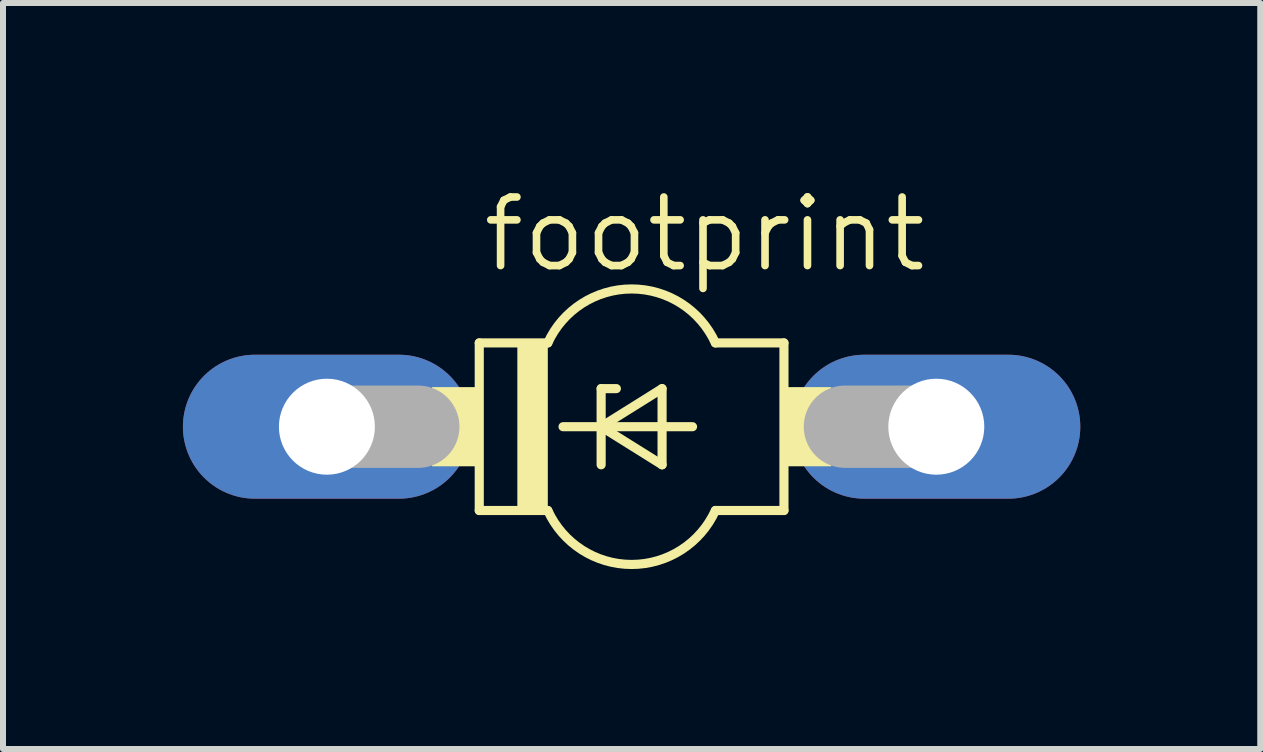
<source format=kicad_pcb>
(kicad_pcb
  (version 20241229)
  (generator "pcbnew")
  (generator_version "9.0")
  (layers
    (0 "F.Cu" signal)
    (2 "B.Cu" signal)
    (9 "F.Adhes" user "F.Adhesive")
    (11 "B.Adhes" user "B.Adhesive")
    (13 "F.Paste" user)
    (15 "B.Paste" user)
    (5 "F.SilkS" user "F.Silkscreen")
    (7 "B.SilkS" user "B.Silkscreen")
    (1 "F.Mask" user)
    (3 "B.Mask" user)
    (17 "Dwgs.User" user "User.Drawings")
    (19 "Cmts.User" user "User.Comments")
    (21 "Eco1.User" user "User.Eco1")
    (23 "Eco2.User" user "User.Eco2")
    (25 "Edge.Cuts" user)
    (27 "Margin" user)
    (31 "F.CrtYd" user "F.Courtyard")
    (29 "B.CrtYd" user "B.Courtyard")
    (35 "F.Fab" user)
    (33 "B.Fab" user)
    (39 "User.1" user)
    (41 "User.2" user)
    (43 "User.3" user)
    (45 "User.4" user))
  (footprint "footprint"
    (layer "F.Cu")
    (at 7.48 4.064)
    (property "Reference" "footprint" (at -2.54 -2.54 0) (layer "F.SilkS") (effects (font (size 1.143 1.143) (thickness 0.127)) (justify left bottom)))
    (fp_line (start -2.54 -1.397) (end -2.54 1.397) (stroke (width 0.152) (type solid)) (layer "F.SilkS"))
    (fp_line (start -2.54 -1.397) (end -1.397 -1.397) (stroke (width 0.152) (type solid)) (layer "F.SilkS"))
    (fp_line (start -2.54 1.397) (end -1.397 1.397) (stroke (width 0.152) (type solid)) (layer "F.SilkS"))
    (fp_line (start -1.143 0) (end -0.508 0) (stroke (width 0.152) (type solid)) (layer "F.SilkS"))
    (fp_line (start -0.508 -0.635) (end -0.508 0) (stroke (width 0.152) (type solid)) (layer "F.SilkS"))
    (fp_line (start -0.508 0) (end -0.508 0.635) (stroke (width 0.152) (type solid)) (layer "F.SilkS"))
    (fp_line (start -0.508 0) (end 0.508 -0.635) (stroke (width 0.152) (type solid)) (layer "F.SilkS"))
    (fp_line (start -0.508 0) (end 1.016 0) (stroke (width 0.152) (type solid)) (layer "F.SilkS"))
    (fp_line (start -0.254 -0.635) (end -0.508 -0.635) (stroke (width 0.152) (type solid)) (layer "F.SilkS"))
    (fp_line (start 0.508 -0.635) (end 0.508 0.635) (stroke (width 0.152) (type solid)) (layer "F.SilkS"))
    (fp_line (start 0.508 0.635) (end -0.508 0) (stroke (width 0.152) (type solid)) (layer "F.SilkS"))
    (fp_line (start 1.397 1.397) (end 2.54 1.397) (stroke (width 0.152) (type solid)) (layer "F.SilkS"))
    (fp_line (start 2.54 -1.397) (end 1.397 -1.397) (stroke (width 0.152) (type solid)) (layer "F.SilkS"))
    (fp_line (start 2.54 1.397) (end 2.54 -1.397) (stroke (width 0.152) (type solid)) (layer "F.SilkS"))
    (fp_arc (start -1.397 -1.397) (mid 0.000001 -2.296546) (end 1.397001 -1.396998) (stroke (width 0.1524) (type solid)) (layer "F.SilkS"))
    (fp_arc (start 1.397001 1.396998) (mid 0.000001 2.296546) (end -1.397 1.397) (stroke (width 0.1524) (type solid)) (layer "F.SilkS"))
    (fp_poly (pts (xy -3.327 0.66) (xy -2.54 0.66) (xy -2.54 -0.66) (xy -3.327 -0.66)) (stroke (width 0) (type solid)) (fill yes) (layer "F.SilkS"))
    (fp_poly (pts (xy -1.905 1.397) (xy -1.397 1.397) (xy -1.397 -1.397) (xy -1.905 -1.397)) (stroke (width 0) (type solid)) (fill yes) (layer "F.SilkS"))
    (fp_poly (pts (xy 2.54 0.66) (xy 3.327 0.66) (xy 3.327 -0.66) (xy 2.54 -0.66)) (stroke (width 0) (type solid)) (fill yes) (layer "F.SilkS"))
    (fp_line (start -5.08 0) (end -3.556 0) (stroke (width 1.372) (type solid)) (layer "F.Fab"))
    (fp_line (start 5.08 0) (end 3.556 0) (stroke (width 1.372) (type solid)) (layer "F.Fab"))
    (pad "A" thru_hole oval (at 5.08 0) (size 4.801 2.4) (drill 1.6) (layers "*.Cu" "*.Mask"))
    (pad "C" thru_hole oval (at -5.08 0) (size 4.801 2.4) (drill 1.6) (layers "*.Cu" "*.Mask")))
  (gr_rect
    (start -3 -3)
    (end 17.961 9.437)
    (stroke (width 0.1) (type default))
    (fill no)
    (layer "Edge.Cuts")))
</source>
